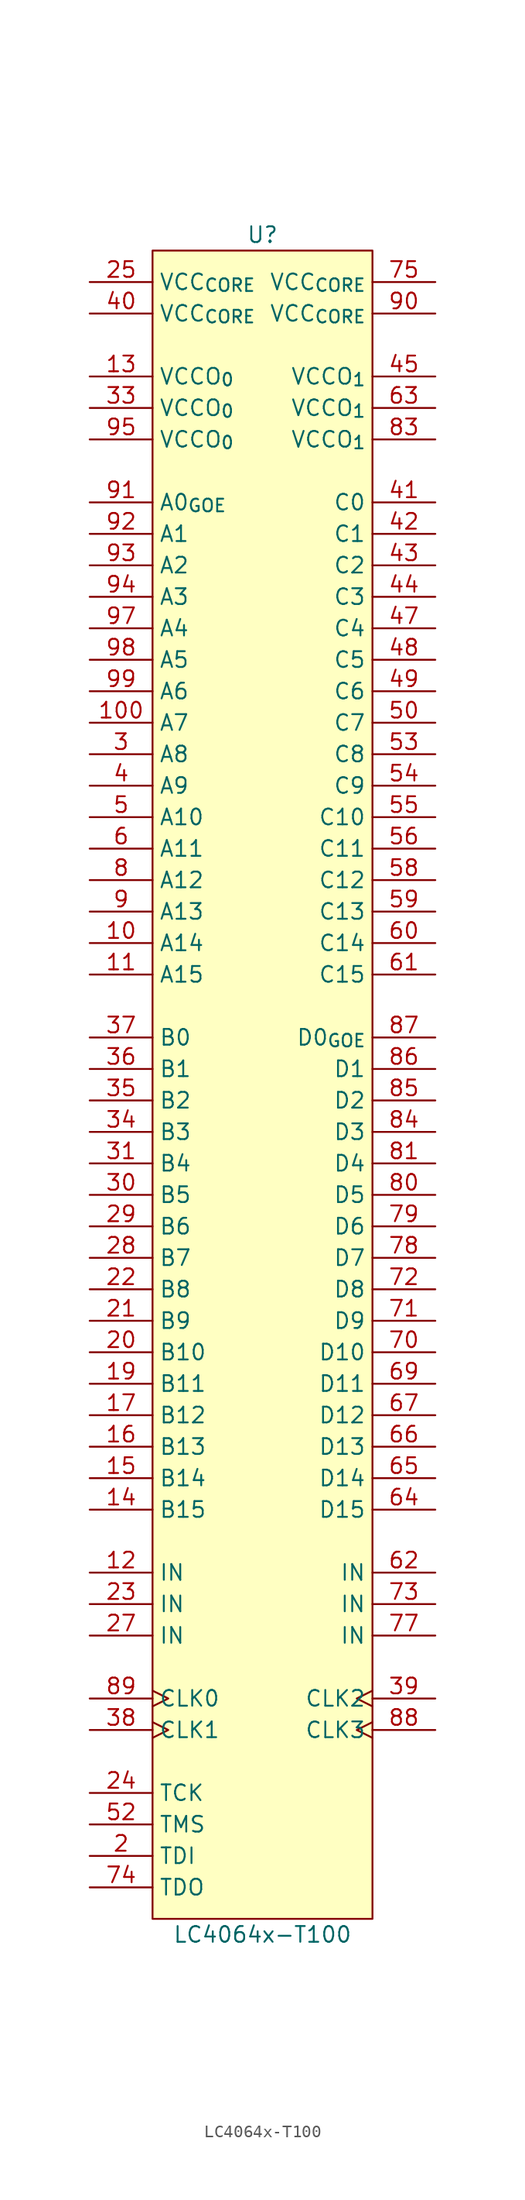
<source format=kicad_sym>
(kicad_symbol_lib
  (version 20211014)
  (generator kicad_symbol_editor)
  (symbol "LC4064x-T100"
    (property "Reference" "U"
      (at 0 62.23 0)
      (effects (font (size 1.27 1.27))))
    (property "Value" "LC4064x-T100"
      (at 0 -74.93 0)
      (effects (font (size 1.27 1.27))))
    (symbol "LC4064x-T100_0_1"
      (rectangle (start -8.89 60.96) (end 8.89 -73.66) (stroke (width 0.152) (type default) (color 0 0 0 0)) (fill (type background))))
    (symbol "LC4064x-T100_1_1"
      (pin power_in line (at -13.97 53.34 0) (length 5.08) hide (name "GND" (effects (font (size 1.27 1.27)))) (number "1" (effects (font (size 1.27 1.27)))))
      (pin bidirectional line (at -13.97 5.08 0) (length 5.08) (name "A14" (effects (font (size 1.27 1.27)))) (number "10" (effects (font (size 1.27 1.27)))))
      (pin bidirectional line (at -13.97 22.86 0) (length 5.08) (name "A7" (effects (font (size 1.27 1.27)))) (number "100" (effects (font (size 1.27 1.27)))))
      (pin bidirectional line (at -13.97 2.54 0) (length 5.08) (name "A15" (effects (font (size 1.27 1.27)))) (number "11" (effects (font (size 1.27 1.27)))))
      (pin input line (at -13.97 -45.72 0) (length 5.08) (name "IN" (effects (font (size 1.27 1.27)))) (number "12" (effects (font (size 1.27 1.27)))))
      (pin power_in line (at -13.97 50.8 0) (length 5.08) (name "VCCO_{0}" (effects (font (size 1.27 1.27)))) (number "13" (effects (font (size 1.27 1.27)))))
      (pin bidirectional line (at -13.97 -40.64 0) (length 5.08) (name "B15" (effects (font (size 1.27 1.27)))) (number "14" (effects (font (size 1.27 1.27)))))
      (pin bidirectional line (at -13.97 -38.1 0) (length 5.08) (name "B14" (effects (font (size 1.27 1.27)))) (number "15" (effects (font (size 1.27 1.27)))))
      (pin bidirectional line (at -13.97 -35.56 0) (length 5.08) (name "B13" (effects (font (size 1.27 1.27)))) (number "16" (effects (font (size 1.27 1.27)))))
      (pin bidirectional line (at -13.97 -33.02 0) (length 5.08) (name "B12" (effects (font (size 1.27 1.27)))) (number "17" (effects (font (size 1.27 1.27)))))
      (pin power_in line (at -13.97 0 0) (length 5.08) hide (name "GND" (effects (font (size 1.27 1.27)))) (number "18" (effects (font (size 1.27 1.27)))))
      (pin bidirectional line (at -13.97 -30.48 0) (length 5.08) (name "B11" (effects (font (size 1.27 1.27)))) (number "19" (effects (font (size 1.27 1.27)))))
      (pin input line (at -13.97 -68.58 0) (length 5.08) (name "TDI" (effects (font (size 1.27 1.27)))) (number "2" (effects (font (size 1.27 1.27)))))
      (pin bidirectional line (at -13.97 -27.94 0) (length 5.08) (name "B10" (effects (font (size 1.27 1.27)))) (number "20" (effects (font (size 1.27 1.27)))))
      (pin bidirectional line (at -13.97 -25.4 0) (length 5.08) (name "B9" (effects (font (size 1.27 1.27)))) (number "21" (effects (font (size 1.27 1.27)))))
      (pin bidirectional line (at -13.97 -22.86 0) (length 5.08) (name "B8" (effects (font (size 1.27 1.27)))) (number "22" (effects (font (size 1.27 1.27)))))
      (pin input line (at -13.97 -48.26 0) (length 5.08) (name "IN" (effects (font (size 1.27 1.27)))) (number "23" (effects (font (size 1.27 1.27)))))
      (pin input line (at -13.97 -63.5 0) (length 5.08) (name "TCK" (effects (font (size 1.27 1.27)))) (number "24" (effects (font (size 1.27 1.27)))))
      (pin power_in line (at -13.97 58.42 0) (length 5.08) (name "VCC_{CORE}" (effects (font (size 1.27 1.27)))) (number "25" (effects (font (size 1.27 1.27)))))
      (pin power_in line (at -13.97 -43.18 0) (length 5.08) hide (name "GND" (effects (font (size 1.27 1.27)))) (number "26" (effects (font (size 1.27 1.27)))))
      (pin input line (at -13.97 -50.8 0) (length 5.08) (name "IN" (effects (font (size 1.27 1.27)))) (number "27" (effects (font (size 1.27 1.27)))))
      (pin bidirectional line (at -13.97 -20.32 0) (length 5.08) (name "B7" (effects (font (size 1.27 1.27)))) (number "28" (effects (font (size 1.27 1.27)))))
      (pin bidirectional line (at -13.97 -17.78 0) (length 5.08) (name "B6" (effects (font (size 1.27 1.27)))) (number "29" (effects (font (size 1.27 1.27)))))
      (pin bidirectional line (at -13.97 20.32 0) (length 5.08) (name "A8" (effects (font (size 1.27 1.27)))) (number "3" (effects (font (size 1.27 1.27)))))
      (pin bidirectional line (at -13.97 -15.24 0) (length 5.08) (name "B5" (effects (font (size 1.27 1.27)))) (number "30" (effects (font (size 1.27 1.27)))))
      (pin bidirectional line (at -13.97 -12.7 0) (length 5.08) (name "B4" (effects (font (size 1.27 1.27)))) (number "31" (effects (font (size 1.27 1.27)))))
      (pin power_in line (at -13.97 -53.34 0) (length 5.08) hide (name "GND" (effects (font (size 1.27 1.27)))) (number "32" (effects (font (size 1.27 1.27)))))
      (pin power_in line (at -13.97 48.26 0) (length 5.08) (name "VCCO_{0}" (effects (font (size 1.27 1.27)))) (number "33" (effects (font (size 1.27 1.27)))))
      (pin bidirectional line (at -13.97 -10.16 0) (length 5.08) (name "B3" (effects (font (size 1.27 1.27)))) (number "34" (effects (font (size 1.27 1.27)))))
      (pin bidirectional line (at -13.97 -7.62 0) (length 5.08) (name "B2" (effects (font (size 1.27 1.27)))) (number "35" (effects (font (size 1.27 1.27)))))
      (pin bidirectional line (at -13.97 -5.08 0) (length 5.08) (name "B1" (effects (font (size 1.27 1.27)))) (number "36" (effects (font (size 1.27 1.27)))))
      (pin bidirectional line (at -13.97 -2.54 0) (length 5.08) (name "B0" (effects (font (size 1.27 1.27)))) (number "37" (effects (font (size 1.27 1.27)))))
      (pin input clock (at -13.97 -58.42 0) (length 5.08) (name "CLK1" (effects (font (size 1.27 1.27)))) (number "38" (effects (font (size 1.27 1.27)))))
      (pin input clock (at 13.97 -55.88 180) (length 5.08) (name "CLK2" (effects (font (size 1.27 1.27)))) (number "39" (effects (font (size 1.27 1.27)))))
      (pin bidirectional line (at -13.97 17.78 0) (length 5.08) (name "A9" (effects (font (size 1.27 1.27)))) (number "4" (effects (font (size 1.27 1.27)))))
      (pin power_in line (at -13.97 55.88 0) (length 5.08) (name "VCC_{CORE}" (effects (font (size 1.27 1.27)))) (number "40" (effects (font (size 1.27 1.27)))))
      (pin bidirectional line (at 13.97 40.64 180) (length 5.08) (name "C0" (effects (font (size 1.27 1.27)))) (number "41" (effects (font (size 1.27 1.27)))))
      (pin bidirectional line (at 13.97 38.1 180) (length 5.08) (name "C1" (effects (font (size 1.27 1.27)))) (number "42" (effects (font (size 1.27 1.27)))))
      (pin bidirectional line (at 13.97 35.56 180) (length 5.08) (name "C2" (effects (font (size 1.27 1.27)))) (number "43" (effects (font (size 1.27 1.27)))))
      (pin bidirectional line (at 13.97 33.02 180) (length 5.08) (name "C3" (effects (font (size 1.27 1.27)))) (number "44" (effects (font (size 1.27 1.27)))))
      (pin power_in line (at 13.97 50.8 180) (length 5.08) (name "VCCO_{1}" (effects (font (size 1.27 1.27)))) (number "45" (effects (font (size 1.27 1.27)))))
      (pin power_in line (at -13.97 -60.96 0) (length 5.08) hide (name "GND" (effects (font (size 1.27 1.27)))) (number "46" (effects (font (size 1.27 1.27)))))
      (pin bidirectional line (at 13.97 30.48 180) (length 5.08) (name "C4" (effects (font (size 1.27 1.27)))) (number "47" (effects (font (size 1.27 1.27)))))
      (pin bidirectional line (at 13.97 27.94 180) (length 5.08) (name "C5" (effects (font (size 1.27 1.27)))) (number "48" (effects (font (size 1.27 1.27)))))
      (pin bidirectional line (at 13.97 25.4 180) (length 5.08) (name "C6" (effects (font (size 1.27 1.27)))) (number "49" (effects (font (size 1.27 1.27)))))
      (pin bidirectional line (at -13.97 15.24 0) (length 5.08) (name "A10" (effects (font (size 1.27 1.27)))) (number "5" (effects (font (size 1.27 1.27)))))
      (pin bidirectional line (at 13.97 22.86 180) (length 5.08) (name "C7" (effects (font (size 1.27 1.27)))) (number "50" (effects (font (size 1.27 1.27)))))
      (pin power_in line (at 13.97 53.34 180) (length 5.08) hide (name "GND" (effects (font (size 1.27 1.27)))) (number "51" (effects (font (size 1.27 1.27)))))
      (pin input line (at -13.97 -66.04 0) (length 5.08) (name "TMS" (effects (font (size 1.27 1.27)))) (number "52" (effects (font (size 1.27 1.27)))))
      (pin bidirectional line (at 13.97 20.32 180) (length 5.08) (name "C8" (effects (font (size 1.27 1.27)))) (number "53" (effects (font (size 1.27 1.27)))))
      (pin bidirectional line (at 13.97 17.78 180) (length 5.08) (name "C9" (effects (font (size 1.27 1.27)))) (number "54" (effects (font (size 1.27 1.27)))))
      (pin bidirectional line (at 13.97 15.24 180) (length 5.08) (name "C10" (effects (font (size 1.27 1.27)))) (number "55" (effects (font (size 1.27 1.27)))))
      (pin bidirectional line (at 13.97 12.7 180) (length 5.08) (name "C11" (effects (font (size 1.27 1.27)))) (number "56" (effects (font (size 1.27 1.27)))))
      (pin power_in line (at 13.97 43.18 180) (length 5.08) hide (name "GND" (effects (font (size 1.27 1.27)))) (number "57" (effects (font (size 1.27 1.27)))))
      (pin bidirectional line (at 13.97 10.16 180) (length 5.08) (name "C12" (effects (font (size 1.27 1.27)))) (number "58" (effects (font (size 1.27 1.27)))))
      (pin bidirectional line (at 13.97 7.62 180) (length 5.08) (name "C13" (effects (font (size 1.27 1.27)))) (number "59" (effects (font (size 1.27 1.27)))))
      (pin bidirectional line (at -13.97 12.7 0) (length 5.08) (name "A11" (effects (font (size 1.27 1.27)))) (number "6" (effects (font (size 1.27 1.27)))))
      (pin bidirectional line (at 13.97 5.08 180) (length 5.08) (name "C14" (effects (font (size 1.27 1.27)))) (number "60" (effects (font (size 1.27 1.27)))))
      (pin bidirectional line (at 13.97 2.54 180) (length 5.08) (name "C15" (effects (font (size 1.27 1.27)))) (number "61" (effects (font (size 1.27 1.27)))))
      (pin input line (at 13.97 -45.72 180) (length 5.08) (name "IN" (effects (font (size 1.27 1.27)))) (number "62" (effects (font (size 1.27 1.27)))))
      (pin power_in line (at 13.97 48.26 180) (length 5.08) (name "VCCO_{1}" (effects (font (size 1.27 1.27)))) (number "63" (effects (font (size 1.27 1.27)))))
      (pin bidirectional line (at 13.97 -40.64 180) (length 5.08) (name "D15" (effects (font (size 1.27 1.27)))) (number "64" (effects (font (size 1.27 1.27)))))
      (pin bidirectional line (at 13.97 -38.1 180) (length 5.08) (name "D14" (effects (font (size 1.27 1.27)))) (number "65" (effects (font (size 1.27 1.27)))))
      (pin bidirectional line (at 13.97 -35.56 180) (length 5.08) (name "D13" (effects (font (size 1.27 1.27)))) (number "66" (effects (font (size 1.27 1.27)))))
      (pin bidirectional line (at 13.97 -33.02 180) (length 5.08) (name "D12" (effects (font (size 1.27 1.27)))) (number "67" (effects (font (size 1.27 1.27)))))
      (pin power_in line (at 13.97 0 180) (length 5.08) hide (name "GND" (effects (font (size 1.27 1.27)))) (number "68" (effects (font (size 1.27 1.27)))))
      (pin bidirectional line (at 13.97 -30.48 180) (length 5.08) (name "D11" (effects (font (size 1.27 1.27)))) (number "69" (effects (font (size 1.27 1.27)))))
      (pin power_in line (at -13.97 43.18 0) (length 5.08) hide (name "GND" (effects (font (size 1.27 1.27)))) (number "7" (effects (font (size 1.27 1.27)))))
      (pin bidirectional line (at 13.97 -27.94 180) (length 5.08) (name "D10" (effects (font (size 1.27 1.27)))) (number "70" (effects (font (size 1.27 1.27)))))
      (pin bidirectional line (at 13.97 -25.4 180) (length 5.08) (name "D9" (effects (font (size 1.27 1.27)))) (number "71" (effects (font (size 1.27 1.27)))))
      (pin bidirectional line (at 13.97 -22.86 180) (length 5.08) (name "D8" (effects (font (size 1.27 1.27)))) (number "72" (effects (font (size 1.27 1.27)))))
      (pin input line (at 13.97 -48.26 180) (length 5.08) (name "IN" (effects (font (size 1.27 1.27)))) (number "73" (effects (font (size 1.27 1.27)))))
      (pin output line (at -13.97 -71.12 0) (length 5.08) (name "TDO" (effects (font (size 1.27 1.27)))) (number "74" (effects (font (size 1.27 1.27)))))
      (pin power_in line (at 13.97 58.42 180) (length 5.08) (name "VCC_{CORE}" (effects (font (size 1.27 1.27)))) (number "75" (effects (font (size 1.27 1.27)))))
      (pin power_in line (at 13.97 -43.18 180) (length 5.08) hide (name "GND" (effects (font (size 1.27 1.27)))) (number "76" (effects (font (size 1.27 1.27)))))
      (pin input line (at 13.97 -50.8 180) (length 5.08) (name "IN" (effects (font (size 1.27 1.27)))) (number "77" (effects (font (size 1.27 1.27)))))
      (pin bidirectional line (at 13.97 -20.32 180) (length 5.08) (name "D7" (effects (font (size 1.27 1.27)))) (number "78" (effects (font (size 1.27 1.27)))))
      (pin bidirectional line (at 13.97 -17.78 180) (length 5.08) (name "D6" (effects (font (size 1.27 1.27)))) (number "79" (effects (font (size 1.27 1.27)))))
      (pin bidirectional line (at -13.97 10.16 0) (length 5.08) (name "A12" (effects (font (size 1.27 1.27)))) (number "8" (effects (font (size 1.27 1.27)))))
      (pin bidirectional line (at 13.97 -15.24 180) (length 5.08) (name "D5" (effects (font (size 1.27 1.27)))) (number "80" (effects (font (size 1.27 1.27)))))
      (pin bidirectional line (at 13.97 -12.7 180) (length 5.08) (name "D4" (effects (font (size 1.27 1.27)))) (number "81" (effects (font (size 1.27 1.27)))))
      (pin power_in line (at 13.97 -53.34 180) (length 5.08) hide (name "GND" (effects (font (size 1.27 1.27)))) (number "82" (effects (font (size 1.27 1.27)))))
      (pin power_in line (at 13.97 45.72 180) (length 5.08) (name "VCCO_{1}" (effects (font (size 1.27 1.27)))) (number "83" (effects (font (size 1.27 1.27)))))
      (pin bidirectional line (at 13.97 -10.16 180) (length 5.08) (name "D3" (effects (font (size 1.27 1.27)))) (number "84" (effects (font (size 1.27 1.27)))))
      (pin bidirectional line (at 13.97 -7.62 180) (length 5.08) (name "D2" (effects (font (size 1.27 1.27)))) (number "85" (effects (font (size 1.27 1.27)))))
      (pin bidirectional line (at 13.97 -5.08 180) (length 5.08) (name "D1" (effects (font (size 1.27 1.27)))) (number "86" (effects (font (size 1.27 1.27)))))
      (pin bidirectional line (at 13.97 -2.54 180) (length 5.08) (name "D0_{GOE}" (effects (font (size 1.27 1.27)))) (number "87" (effects (font (size 1.27 1.27)))))
      (pin input clock (at 13.97 -58.42 180) (length 5.08) (name "CLK3" (effects (font (size 1.27 1.27)))) (number "88" (effects (font (size 1.27 1.27)))))
      (pin input clock (at -13.97 -55.88 0) (length 5.08) (name "CLK0" (effects (font (size 1.27 1.27)))) (number "89" (effects (font (size 1.27 1.27)))))
      (pin bidirectional line (at -13.97 7.62 0) (length 5.08) (name "A13" (effects (font (size 1.27 1.27)))) (number "9" (effects (font (size 1.27 1.27)))))
      (pin power_in line (at 13.97 55.88 180) (length 5.08) (name "VCC_{CORE}" (effects (font (size 1.27 1.27)))) (number "90" (effects (font (size 1.27 1.27)))))
      (pin bidirectional line (at -13.97 40.64 0) (length 5.08) (name "A0_{GOE}" (effects (font (size 1.27 1.27)))) (number "91" (effects (font (size 1.27 1.27)))))
      (pin bidirectional line (at -13.97 38.1 0) (length 5.08) (name "A1" (effects (font (size 1.27 1.27)))) (number "92" (effects (font (size 1.27 1.27)))))
      (pin bidirectional line (at -13.97 35.56 0) (length 5.08) (name "A2" (effects (font (size 1.27 1.27)))) (number "93" (effects (font (size 1.27 1.27)))))
      (pin bidirectional line (at -13.97 33.02 0) (length 5.08) (name "A3" (effects (font (size 1.27 1.27)))) (number "94" (effects (font (size 1.27 1.27)))))
      (pin power_in line (at -13.97 45.72 0) (length 5.08) (name "VCCO_{0}" (effects (font (size 1.27 1.27)))) (number "95" (effects (font (size 1.27 1.27)))))
      (pin power_in line (at 13.97 -60.96 180) (length 5.08) hide (name "GND" (effects (font (size 1.27 1.27)))) (number "96" (effects (font (size 1.27 1.27)))))
      (pin bidirectional line (at -13.97 30.48 0) (length 5.08) (name "A4" (effects (font (size 1.27 1.27)))) (number "97" (effects (font (size 1.27 1.27)))))
      (pin bidirectional line (at -13.97 27.94 0) (length 5.08) (name "A5" (effects (font (size 1.27 1.27)))) (number "98" (effects (font (size 1.27 1.27)))))
      (pin bidirectional line (at -13.97 25.4 0) (length 5.08) (name "A6" (effects (font (size 1.27 1.27)))) (number "99" (effects (font (size 1.27 1.27))))))))
</source>
